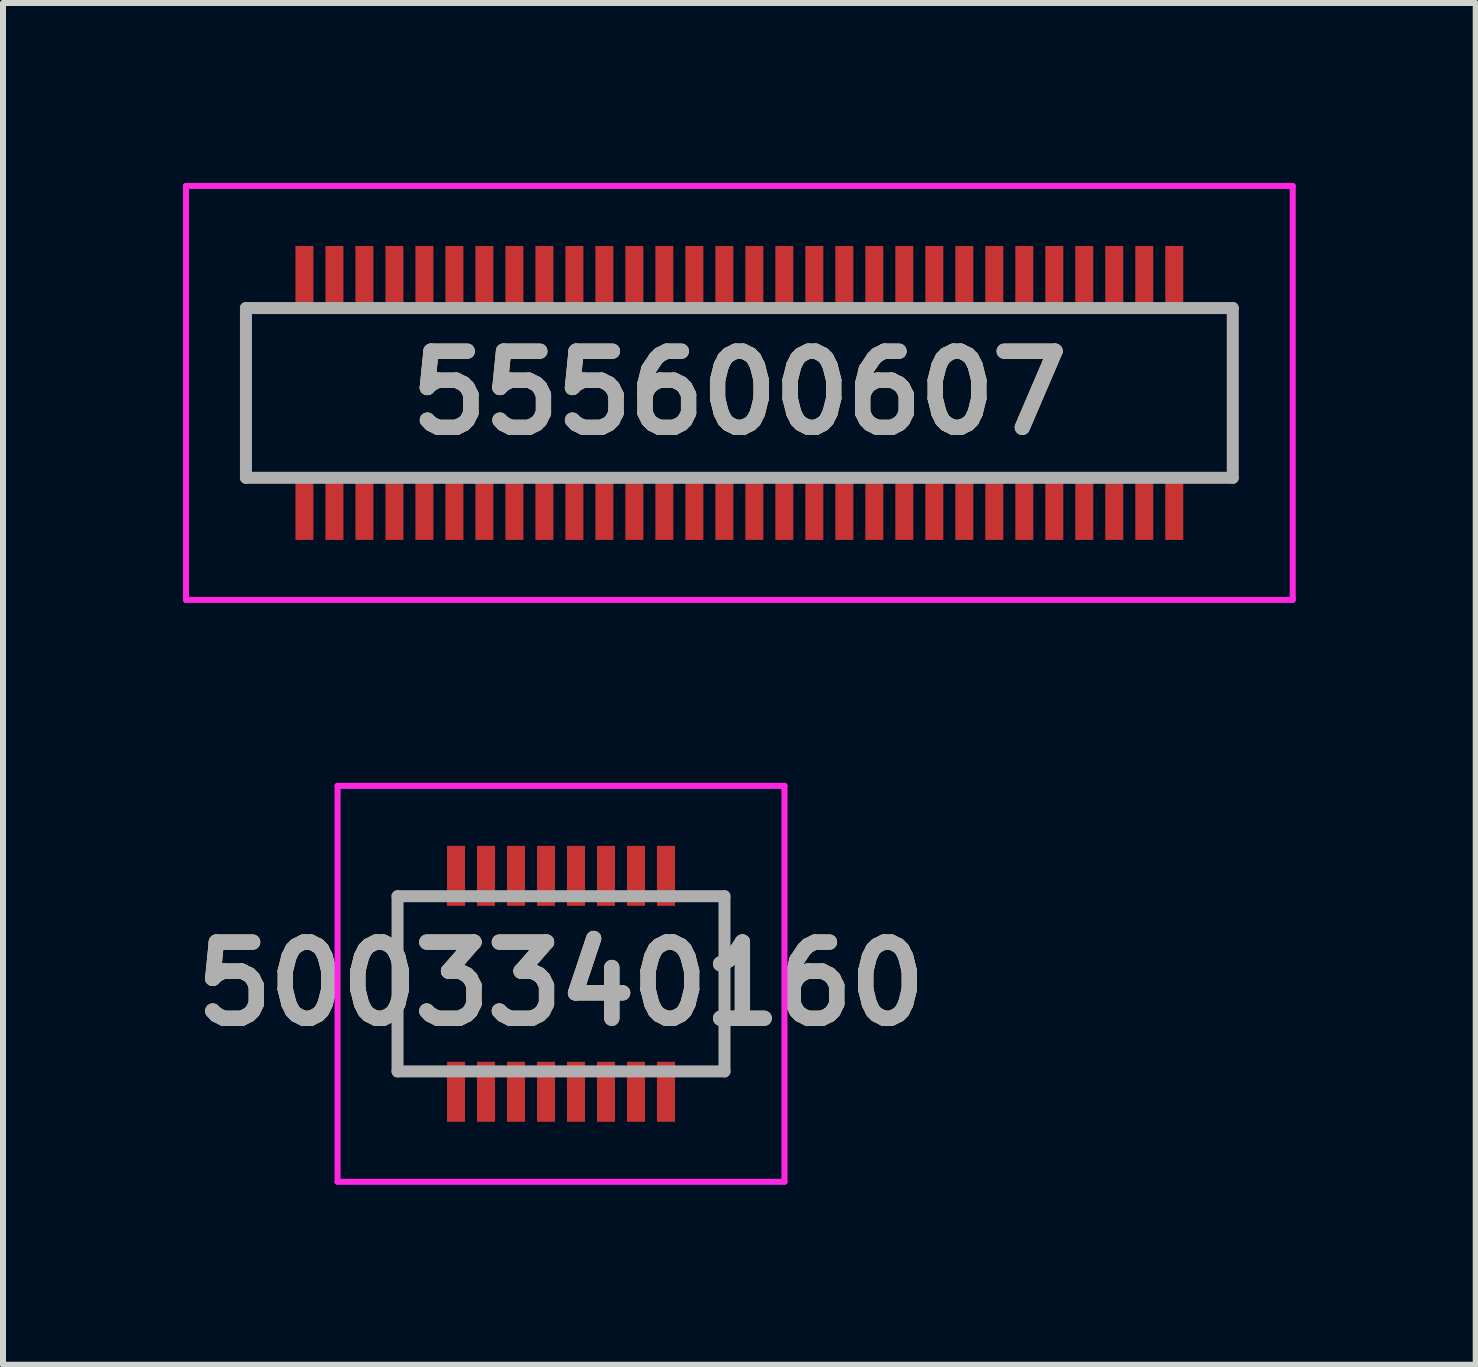
<source format=kicad_pcb>
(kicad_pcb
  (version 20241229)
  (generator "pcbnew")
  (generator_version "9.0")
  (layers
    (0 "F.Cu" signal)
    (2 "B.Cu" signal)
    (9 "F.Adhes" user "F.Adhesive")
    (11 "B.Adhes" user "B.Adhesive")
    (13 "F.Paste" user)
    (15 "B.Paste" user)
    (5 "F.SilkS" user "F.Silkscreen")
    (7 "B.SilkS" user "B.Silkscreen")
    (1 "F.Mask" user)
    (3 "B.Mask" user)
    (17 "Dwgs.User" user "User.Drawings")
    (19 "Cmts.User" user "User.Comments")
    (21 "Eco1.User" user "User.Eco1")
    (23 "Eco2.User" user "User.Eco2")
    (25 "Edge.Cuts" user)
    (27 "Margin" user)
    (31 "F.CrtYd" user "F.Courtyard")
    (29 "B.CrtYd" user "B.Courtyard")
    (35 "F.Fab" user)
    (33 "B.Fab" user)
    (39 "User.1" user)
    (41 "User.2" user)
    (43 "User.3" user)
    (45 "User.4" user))
  (footprint "555600607"
    (layer "F.Cu")
    (at 9.275 3.5)
    (property "Reference" "555600607" (at 0 0 0) (layer "F.SilkS") (effects (font (size 1.27 1.27) (thickness 0.254))))
    (attr smd)
    (fp_line (start -8.225 1.4) (end -7.8 1.4) (stroke (width 0.1) (type solid)) (layer "F.SilkS"))
    (fp_line (start -8.2 -1.4) (end -8.225 1.4) (stroke (width 0.1) (type solid)) (layer "F.SilkS"))
    (fp_line (start -7.8 -1.415) (end -8.2 -1.4) (stroke (width 0.1) (type solid)) (layer "F.SilkS"))
    (fp_line (start 7.8 -1.4) (end 8.2 -1.4) (stroke (width 0.1) (type solid)) (layer "F.SilkS"))
    (fp_line (start 8.2 -1.4) (end 8.225 1.4) (stroke (width 0.1) (type solid)) (layer "F.SilkS"))
    (fp_line (start 8.225 1.4) (end 7.8 1.4) (stroke (width 0.1) (type solid)) (layer "F.SilkS"))
    (fp_line (start -9.225 -3.45) (end 9.225 -3.45) (stroke (width 0.1) (type solid)) (layer "F.CrtYd"))
    (fp_line (start -9.225 3.45) (end -9.225 -3.45) (stroke (width 0.1) (type solid)) (layer "F.CrtYd"))
    (fp_line (start 9.225 -3.45) (end 9.225 3.45) (stroke (width 0.1) (type solid)) (layer "F.CrtYd"))
    (fp_line (start 9.225 3.45) (end -9.225 3.45) (stroke (width 0.1) (type solid)) (layer "F.CrtYd"))
    (fp_line (start -8.225 -1.415) (end 8.225 -1.415) (stroke (width 0.2) (type solid)) (layer "F.Fab"))
    (fp_line (start -8.225 1.415) (end -8.225 -1.415) (stroke (width 0.2) (type solid)) (layer "F.Fab"))
    (fp_line (start 8.225 -1.415) (end 8.225 1.415) (stroke (width 0.2) (type solid)) (layer "F.Fab"))
    (fp_line (start 8.225 1.415) (end -8.225 1.415) (stroke (width 0.2) (type solid)) (layer "F.Fab"))
    (fp_text user "${REFERENCE}" (at 0 0 0) (layer "F.Fab") (effects (font (size 1.27 1.27) (thickness 0.254))))
    (pad "1" smd rect (at -7.25 1.95) (size 0.3 1) (layers "F.Cu" "F.Mask" "F.Paste"))
    (pad "2" smd rect (at -7.25 -1.95) (size 0.3 1) (layers "F.Cu" "F.Mask" "F.Paste"))
    (pad "3" smd rect (at -6.75 1.95) (size 0.3 1) (layers "F.Cu" "F.Mask" "F.Paste"))
    (pad "4" smd rect (at -6.75 -1.95) (size 0.3 1) (layers "F.Cu" "F.Mask" "F.Paste"))
    (pad "5" smd rect (at -6.25 1.95) (size 0.3 1) (layers "F.Cu" "F.Mask" "F.Paste"))
    (pad "6" smd rect (at -6.25 -1.95) (size 0.3 1) (layers "F.Cu" "F.Mask" "F.Paste"))
    (pad "7" smd rect (at -5.75 1.95) (size 0.3 1) (layers "F.Cu" "F.Mask" "F.Paste"))
    (pad "8" smd rect (at -5.75 -1.95) (size 0.3 1) (layers "F.Cu" "F.Mask" "F.Paste"))
    (pad "9" smd rect (at -5.25 1.95) (size 0.3 1) (layers "F.Cu" "F.Mask" "F.Paste"))
    (pad "10" smd rect (at -5.25 -1.95) (size 0.3 1) (layers "F.Cu" "F.Mask" "F.Paste"))
    (pad "11" smd rect (at -4.75 1.95) (size 0.3 1) (layers "F.Cu" "F.Mask" "F.Paste"))
    (pad "12" smd rect (at -4.75 -1.95) (size 0.3 1) (layers "F.Cu" "F.Mask" "F.Paste"))
    (pad "13" smd rect (at -4.25 1.95) (size 0.3 1) (layers "F.Cu" "F.Mask" "F.Paste"))
    (pad "14" smd rect (at -4.25 -1.95) (size 0.3 1) (layers "F.Cu" "F.Mask" "F.Paste"))
    (pad "15" smd rect (at -3.75 1.95) (size 0.3 1) (layers "F.Cu" "F.Mask" "F.Paste"))
    (pad "16" smd rect (at -3.75 -1.95) (size 0.3 1) (layers "F.Cu" "F.Mask" "F.Paste"))
    (pad "17" smd rect (at -3.25 1.95) (size 0.3 1) (layers "F.Cu" "F.Mask" "F.Paste"))
    (pad "18" smd rect (at -3.25 -1.95) (size 0.3 1) (layers "F.Cu" "F.Mask" "F.Paste"))
    (pad "19" smd rect (at -2.75 1.95) (size 0.3 1) (layers "F.Cu" "F.Mask" "F.Paste"))
    (pad "20" smd rect (at -2.75 -1.95) (size 0.3 1) (layers "F.Cu" "F.Mask" "F.Paste"))
    (pad "21" smd rect (at -2.25 1.95) (size 0.3 1) (layers "F.Cu" "F.Mask" "F.Paste"))
    (pad "22" smd rect (at -2.25 -1.95) (size 0.3 1) (layers "F.Cu" "F.Mask" "F.Paste"))
    (pad "23" smd rect (at -1.75 1.95) (size 0.3 1) (layers "F.Cu" "F.Mask" "F.Paste"))
    (pad "24" smd rect (at -1.75 -1.95) (size 0.3 1) (layers "F.Cu" "F.Mask" "F.Paste"))
    (pad "25" smd rect (at -1.25 1.95) (size 0.3 1) (layers "F.Cu" "F.Mask" "F.Paste"))
    (pad "26" smd rect (at -1.25 -1.95) (size 0.3 1) (layers "F.Cu" "F.Mask" "F.Paste"))
    (pad "27" smd rect (at -0.75 1.95) (size 0.3 1) (layers "F.Cu" "F.Mask" "F.Paste"))
    (pad "28" smd rect (at -0.75 -1.95) (size 0.3 1) (layers "F.Cu" "F.Mask" "F.Paste"))
    (pad "29" smd rect (at -0.25 1.95) (size 0.3 1) (layers "F.Cu" "F.Mask" "F.Paste"))
    (pad "30" smd rect (at -0.25 -1.95) (size 0.3 1) (layers "F.Cu" "F.Mask" "F.Paste"))
    (pad "31" smd rect (at 0.25 1.95) (size 0.3 1) (layers "F.Cu" "F.Mask" "F.Paste"))
    (pad "32" smd rect (at 0.25 -1.95) (size 0.3 1) (layers "F.Cu" "F.Mask" "F.Paste"))
    (pad "33" smd rect (at 0.75 1.95) (size 0.3 1) (layers "F.Cu" "F.Mask" "F.Paste"))
    (pad "34" smd rect (at 0.75 -1.95) (size 0.3 1) (layers "F.Cu" "F.Mask" "F.Paste"))
    (pad "35" smd rect (at 1.25 1.95) (size 0.3 1) (layers "F.Cu" "F.Mask" "F.Paste"))
    (pad "36" smd rect (at 1.25 -1.95) (size 0.3 1) (layers "F.Cu" "F.Mask" "F.Paste"))
    (pad "37" smd rect (at 1.75 1.95) (size 0.3 1) (layers "F.Cu" "F.Mask" "F.Paste"))
    (pad "38" smd rect (at 1.75 -1.95) (size 0.3 1) (layers "F.Cu" "F.Mask" "F.Paste"))
    (pad "39" smd rect (at 2.25 1.95) (size 0.3 1) (layers "F.Cu" "F.Mask" "F.Paste"))
    (pad "40" smd rect (at 2.25 -1.95) (size 0.3 1) (layers "F.Cu" "F.Mask" "F.Paste"))
    (pad "41" smd rect (at 2.75 1.95) (size 0.3 1) (layers "F.Cu" "F.Mask" "F.Paste"))
    (pad "42" smd rect (at 2.75 -1.95) (size 0.3 1) (layers "F.Cu" "F.Mask" "F.Paste"))
    (pad "43" smd rect (at 3.25 1.95) (size 0.3 1) (layers "F.Cu" "F.Mask" "F.Paste"))
    (pad "44" smd rect (at 3.25 -1.95) (size 0.3 1) (layers "F.Cu" "F.Mask" "F.Paste"))
    (pad "45" smd rect (at 3.75 1.95) (size 0.3 1) (layers "F.Cu" "F.Mask" "F.Paste"))
    (pad "46" smd rect (at 3.75 -1.95) (size 0.3 1) (layers "F.Cu" "F.Mask" "F.Paste"))
    (pad "47" smd rect (at 4.25 1.95) (size 0.3 1) (layers "F.Cu" "F.Mask" "F.Paste"))
    (pad "48" smd rect (at 4.25 -1.95) (size 0.3 1) (layers "F.Cu" "F.Mask" "F.Paste"))
    (pad "49" smd rect (at 4.75 1.95) (size 0.3 1) (layers "F.Cu" "F.Mask" "F.Paste"))
    (pad "50" smd rect (at 4.75 -1.95) (size 0.3 1) (layers "F.Cu" "F.Mask" "F.Paste"))
    (pad "51" smd rect (at 5.25 1.95) (size 0.3 1) (layers "F.Cu" "F.Mask" "F.Paste"))
    (pad "52" smd rect (at 5.25 -1.95) (size 0.3 1) (layers "F.Cu" "F.Mask" "F.Paste"))
    (pad "53" smd rect (at 5.75 1.95) (size 0.3 1) (layers "F.Cu" "F.Mask" "F.Paste"))
    (pad "54" smd rect (at 5.75 -1.95) (size 0.3 1) (layers "F.Cu" "F.Mask" "F.Paste"))
    (pad "55" smd rect (at 6.25 1.95) (size 0.3 1) (layers "F.Cu" "F.Mask" "F.Paste"))
    (pad "56" smd rect (at 6.25 -1.95) (size 0.3 1) (layers "F.Cu" "F.Mask" "F.Paste"))
    (pad "57" smd rect (at 6.75 1.95) (size 0.3 1) (layers "F.Cu" "F.Mask" "F.Paste"))
    (pad "58" smd rect (at 6.75 -1.95) (size 0.3 1) (layers "F.Cu" "F.Mask" "F.Paste"))
    (pad "59" smd rect (at 7.25 1.95) (size 0.3 1) (layers "F.Cu" "F.Mask" "F.Paste"))
    (pad "60" smd rect (at 7.25 -1.95) (size 0.3 1) (layers "F.Cu" "F.Mask" "F.Paste")))
  (footprint "5003340160"
    (layer "F.Cu")
    (at 6.302 13.35)
    (property "Reference" "5003340160" (at 0 0 0) (layer "F.SilkS") (effects (font (size 1.27 1.27) (thickness 0.254))))
    (attr smd)
    (fp_line (start -2.725 -1.46) (end -2.725 1.46) (stroke (width 0.1) (type solid)) (layer "F.SilkS"))
    (fp_line (start 2.725 -1.46) (end 2.725 1.46) (stroke (width 0.1) (type solid)) (layer "F.SilkS"))
    (fp_line (start -3.725 -3.3) (end 3.725 -3.3) (stroke (width 0.1) (type solid)) (layer "F.CrtYd"))
    (fp_line (start -3.725 3.3) (end -3.725 -3.3) (stroke (width 0.1) (type solid)) (layer "F.CrtYd"))
    (fp_line (start 3.725 -3.3) (end 3.725 3.3) (stroke (width 0.1) (type solid)) (layer "F.CrtYd"))
    (fp_line (start 3.725 3.3) (end -3.725 3.3) (stroke (width 0.1) (type solid)) (layer "F.CrtYd"))
    (fp_line (start -2.725 -1.46) (end 2.725 -1.46) (stroke (width 0.2) (type solid)) (layer "F.Fab"))
    (fp_line (start -2.725 1.46) (end -2.725 -1.46) (stroke (width 0.2) (type solid)) (layer "F.Fab"))
    (fp_line (start 2.725 -1.46) (end 2.725 1.46) (stroke (width 0.2) (type solid)) (layer "F.Fab"))
    (fp_line (start 2.725 1.46) (end -2.725 1.46) (stroke (width 0.2) (type solid)) (layer "F.Fab"))
    (fp_text user "${REFERENCE}" (at 0 0 0) (layer "F.Fab") (effects (font (size 1.27 1.27) (thickness 0.254))))
    (pad "1" smd rect (at -1.75 1.8) (size 0.3 1) (layers "F.Cu" "F.Mask" "F.Paste"))
    (pad "2" smd rect (at -1.75 -1.8) (size 0.3 1) (layers "F.Cu" "F.Mask" "F.Paste"))
    (pad "3" smd rect (at -1.25 1.8) (size 0.3 1) (layers "F.Cu" "F.Mask" "F.Paste"))
    (pad "4" smd rect (at -1.25 -1.8) (size 0.3 1) (layers "F.Cu" "F.Mask" "F.Paste"))
    (pad "5" smd rect (at -0.75 1.8) (size 0.3 1) (layers "F.Cu" "F.Mask" "F.Paste"))
    (pad "6" smd rect (at -0.75 -1.8) (size 0.3 1) (layers "F.Cu" "F.Mask" "F.Paste"))
    (pad "7" smd rect (at -0.25 1.8) (size 0.3 1) (layers "F.Cu" "F.Mask" "F.Paste"))
    (pad "8" smd rect (at -0.25 -1.8) (size 0.3 1) (layers "F.Cu" "F.Mask" "F.Paste"))
    (pad "9" smd rect (at 0.25 1.8) (size 0.3 1) (layers "F.Cu" "F.Mask" "F.Paste"))
    (pad "10" smd rect (at 0.25 -1.8) (size 0.3 1) (layers "F.Cu" "F.Mask" "F.Paste"))
    (pad "11" smd rect (at 0.75 1.8) (size 0.3 1) (layers "F.Cu" "F.Mask" "F.Paste"))
    (pad "12" smd rect (at 0.75 -1.8) (size 0.3 1) (layers "F.Cu" "F.Mask" "F.Paste"))
    (pad "13" smd rect (at 1.25 1.8) (size 0.3 1) (layers "F.Cu" "F.Mask" "F.Paste"))
    (pad "14" smd rect (at 1.25 -1.8) (size 0.3 1) (layers "F.Cu" "F.Mask" "F.Paste"))
    (pad "15" smd rect (at 1.75 1.8) (size 0.3 1) (layers "F.Cu" "F.Mask" "F.Paste"))
    (pad "16" smd rect (at 1.75 -1.8) (size 0.3 1) (layers "F.Cu" "F.Mask" "F.Paste")))
  (gr_rect
    (start -3 -3)
    (end 21.55 19.7)
    (stroke (width 0.1) (type default))
    (fill no)
    (layer "Edge.Cuts")))
</source>
